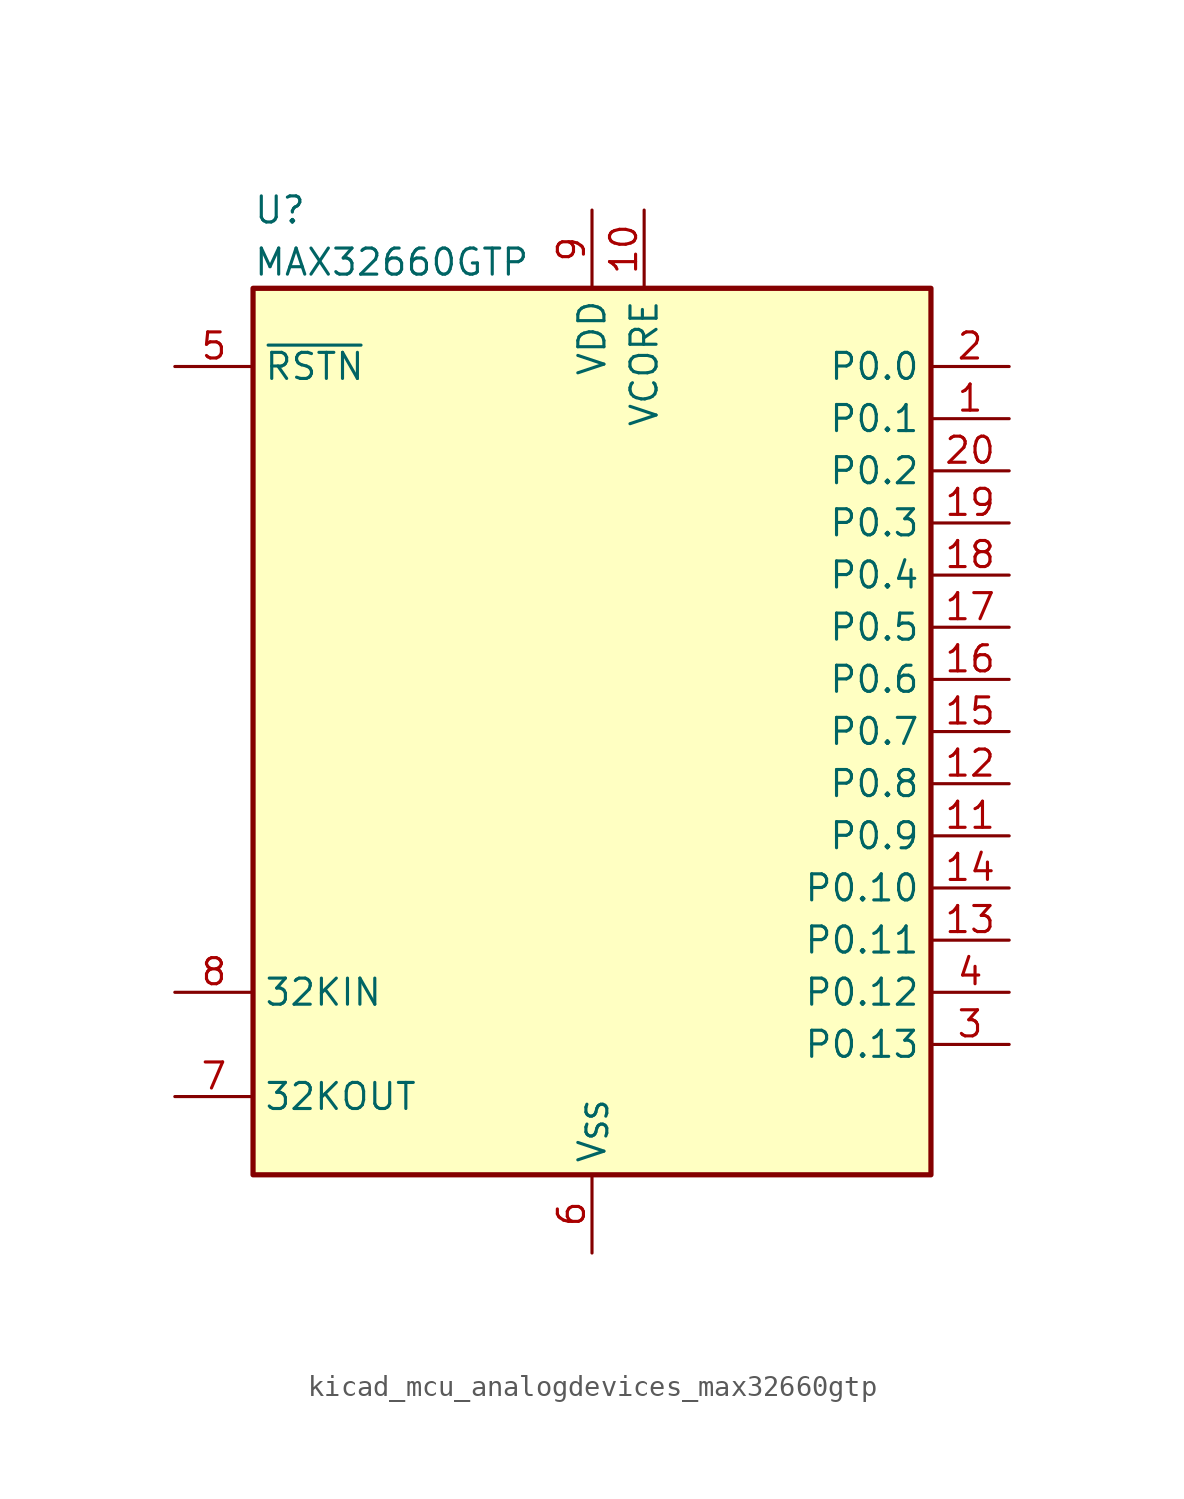
<source format=kicad_sym>
(kicad_symbol_lib
  (version 20220914)
  (generator kicad_symbol_editor)
  (symbol "kicad_mcu_analogdevices_max32660gtp"
    (property "Reference" "U"
      (at -16.51 25.4 0)
      (effects (font (size 1.27 1.27)) (justify left)))
    (property "Value" "MAX32660GTP"
      (at -16.51 22.86 0)
      (effects (font (size 1.27 1.27)) (justify left)))
    (symbol "kicad_mcu_analogdevices_max32660gtp_0_1"
      (rectangle (start -16.51 21.59) (end 16.51 -21.59) (stroke (width 0.254) (type default)) (fill (type background))))
    (symbol "kicad_mcu_analogdevices_max32660gtp_1_1"
      (pin bidirectional line (at 20.32 15.24 180) (length 3.81) (name "P0.1" (effects (font (size 1.27 1.27)))) (number "1" (effects (font (size 1.27 1.27)))))
      (pin passive line (at 2.54 25.4 270) (length 3.81) (name "VCORE" (effects (font (size 1.27 1.27)))) (number "10" (effects (font (size 1.27 1.27)))))
      (pin bidirectional line (at 20.32 -5.08 180) (length 3.81) (name "P0.9" (effects (font (size 1.27 1.27)))) (number "11" (effects (font (size 1.27 1.27)))))
      (pin bidirectional line (at 20.32 -2.54 180) (length 3.81) (name "P0.8" (effects (font (size 1.27 1.27)))) (number "12" (effects (font (size 1.27 1.27)))))
      (pin bidirectional line (at 20.32 -10.16 180) (length 3.81) (name "P0.11" (effects (font (size 1.27 1.27)))) (number "13" (effects (font (size 1.27 1.27)))))
      (pin bidirectional line (at 20.32 -7.62 180) (length 3.81) (name "P0.10" (effects (font (size 1.27 1.27)))) (number "14" (effects (font (size 1.27 1.27)))))
      (pin bidirectional line (at 20.32 0 180) (length 3.81) (name "P0.7" (effects (font (size 1.27 1.27)))) (number "15" (effects (font (size 1.27 1.27)))))
      (pin bidirectional line (at 20.32 2.54 180) (length 3.81) (name "P0.6" (effects (font (size 1.27 1.27)))) (number "16" (effects (font (size 1.27 1.27)))))
      (pin bidirectional line (at 20.32 5.08 180) (length 3.81) (name "P0.5" (effects (font (size 1.27 1.27)))) (number "17" (effects (font (size 1.27 1.27)))))
      (pin bidirectional line (at 20.32 7.62 180) (length 3.81) (name "P0.4" (effects (font (size 1.27 1.27)))) (number "18" (effects (font (size 1.27 1.27)))))
      (pin bidirectional line (at 20.32 10.16 180) (length 3.81) (name "P0.3" (effects (font (size 1.27 1.27)))) (number "19" (effects (font (size 1.27 1.27)))))
      (pin bidirectional line (at 20.32 17.78 180) (length 3.81) (name "P0.0" (effects (font (size 1.27 1.27)))) (number "2" (effects (font (size 1.27 1.27)))))
      (pin bidirectional line (at 20.32 12.7 180) (length 3.81) (name "P0.2" (effects (font (size 1.27 1.27)))) (number "20" (effects (font (size 1.27 1.27)))))
      (pin passive line (at 0 -25.4 90) (length 3.81) hide (name "V_{SS}" (effects (font (size 1.27 1.27)))) (number "21" (effects (font (size 1.27 1.27)))))
      (pin bidirectional line (at 20.32 -15.24 180) (length 3.81) (name "P0.13" (effects (font (size 1.27 1.27)))) (number "3" (effects (font (size 1.27 1.27)))))
      (pin bidirectional line (at 20.32 -12.7 180) (length 3.81) (name "P0.12" (effects (font (size 1.27 1.27)))) (number "4" (effects (font (size 1.27 1.27)))))
      (pin input line (at -20.32 17.78 0) (length 3.81) (name "~{RSTN}" (effects (font (size 1.27 1.27)))) (number "5" (effects (font (size 1.27 1.27)))))
      (pin power_in line (at 0 -25.4 90) (length 3.81) (name "V_{SS}" (effects (font (size 1.27 1.27)))) (number "6" (effects (font (size 1.27 1.27)))))
      (pin output line (at -20.32 -17.78 0) (length 3.81) (name "32KOUT" (effects (font (size 1.27 1.27)))) (number "7" (effects (font (size 1.27 1.27)))))
      (pin input line (at -20.32 -12.7 0) (length 3.81) (name "32KIN" (effects (font (size 1.27 1.27)))) (number "8" (effects (font (size 1.27 1.27)))))
      (pin power_in line (at 0 25.4 270) (length 3.81) (name "VDD" (effects (font (size 1.27 1.27)))) (number "9" (effects (font (size 1.27 1.27))))))))
</source>
